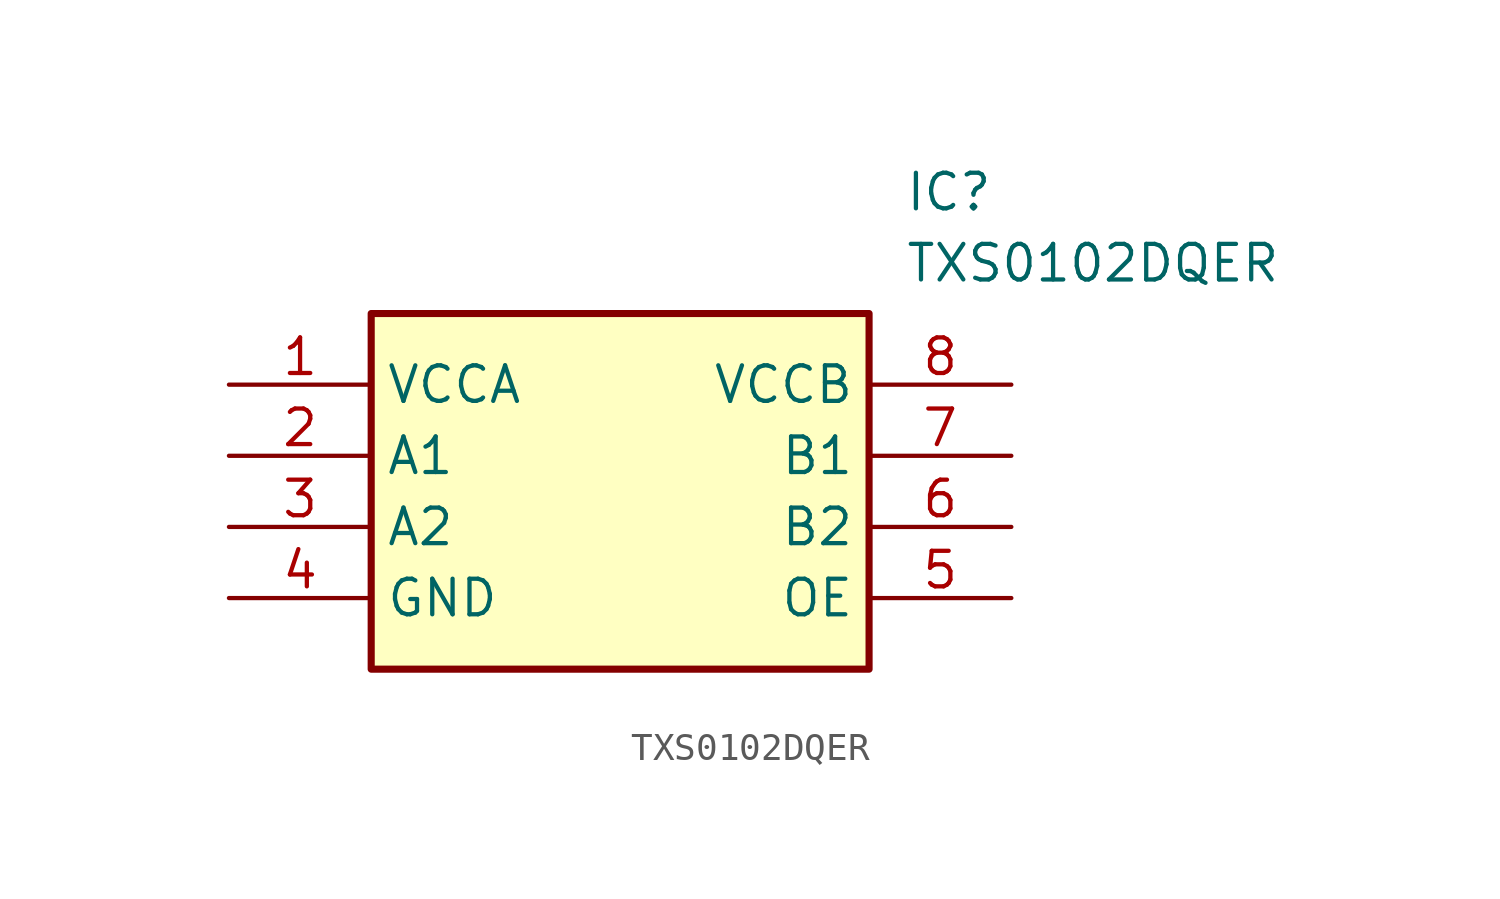
<source format=kicad_sym>
(kicad_symbol_lib
  (version 20211014)
  (generator SamacSys_ECAD_Model)
  (symbol "TXS0102DQER"
    (property "Reference" "IC"
      (at 24.13 7.62 0)
      (effects (font (size 1.27 1.27)) (justify left top)))
    (property "Value" "TXS0102DQER"
      (at 24.13 5.08 0)
      (effects (font (size 1.27 1.27)) (justify left top)))
    (rectangle
      (start 5.08 2.54)
      (end 22.86 -10.16)
      (stroke (width 0.254) (type default))
      (fill (type background)))
    (pin passive line
      (at 0 0 0)
      (length 5.08)
      (name "VCCA" (effects (font (size 1.27 1.27))))
      (number "1" (effects (font (size 1.27 1.27)))))
    (pin passive line
      (at 0 -2.54 0)
      (length 5.08)
      (name "A1" (effects (font (size 1.27 1.27))))
      (number "2" (effects (font (size 1.27 1.27)))))
    (pin passive line
      (at 0 -5.08 0)
      (length 5.08)
      (name "A2" (effects (font (size 1.27 1.27))))
      (number "3" (effects (font (size 1.27 1.27)))))
    (pin passive line
      (at 0 -7.62 0)
      (length 5.08)
      (name "GND" (effects (font (size 1.27 1.27))))
      (number "4" (effects (font (size 1.27 1.27)))))
    (pin passive line
      (at 27.94 0 180)
      (length 5.08)
      (name "VCCB" (effects (font (size 1.27 1.27))))
      (number "8" (effects (font (size 1.27 1.27)))))
    (pin passive line
      (at 27.94 -2.54 180)
      (length 5.08)
      (name "B1" (effects (font (size 1.27 1.27))))
      (number "7" (effects (font (size 1.27 1.27)))))
    (pin passive line
      (at 27.94 -5.08 180)
      (length 5.08)
      (name "B2" (effects (font (size 1.27 1.27))))
      (number "6" (effects (font (size 1.27 1.27)))))
    (pin passive line
      (at 27.94 -7.62 180)
      (length 5.08)
      (name "OE" (effects (font (size 1.27 1.27))))
      (number "5" (effects (font (size 1.27 1.27)))))))
</source>
